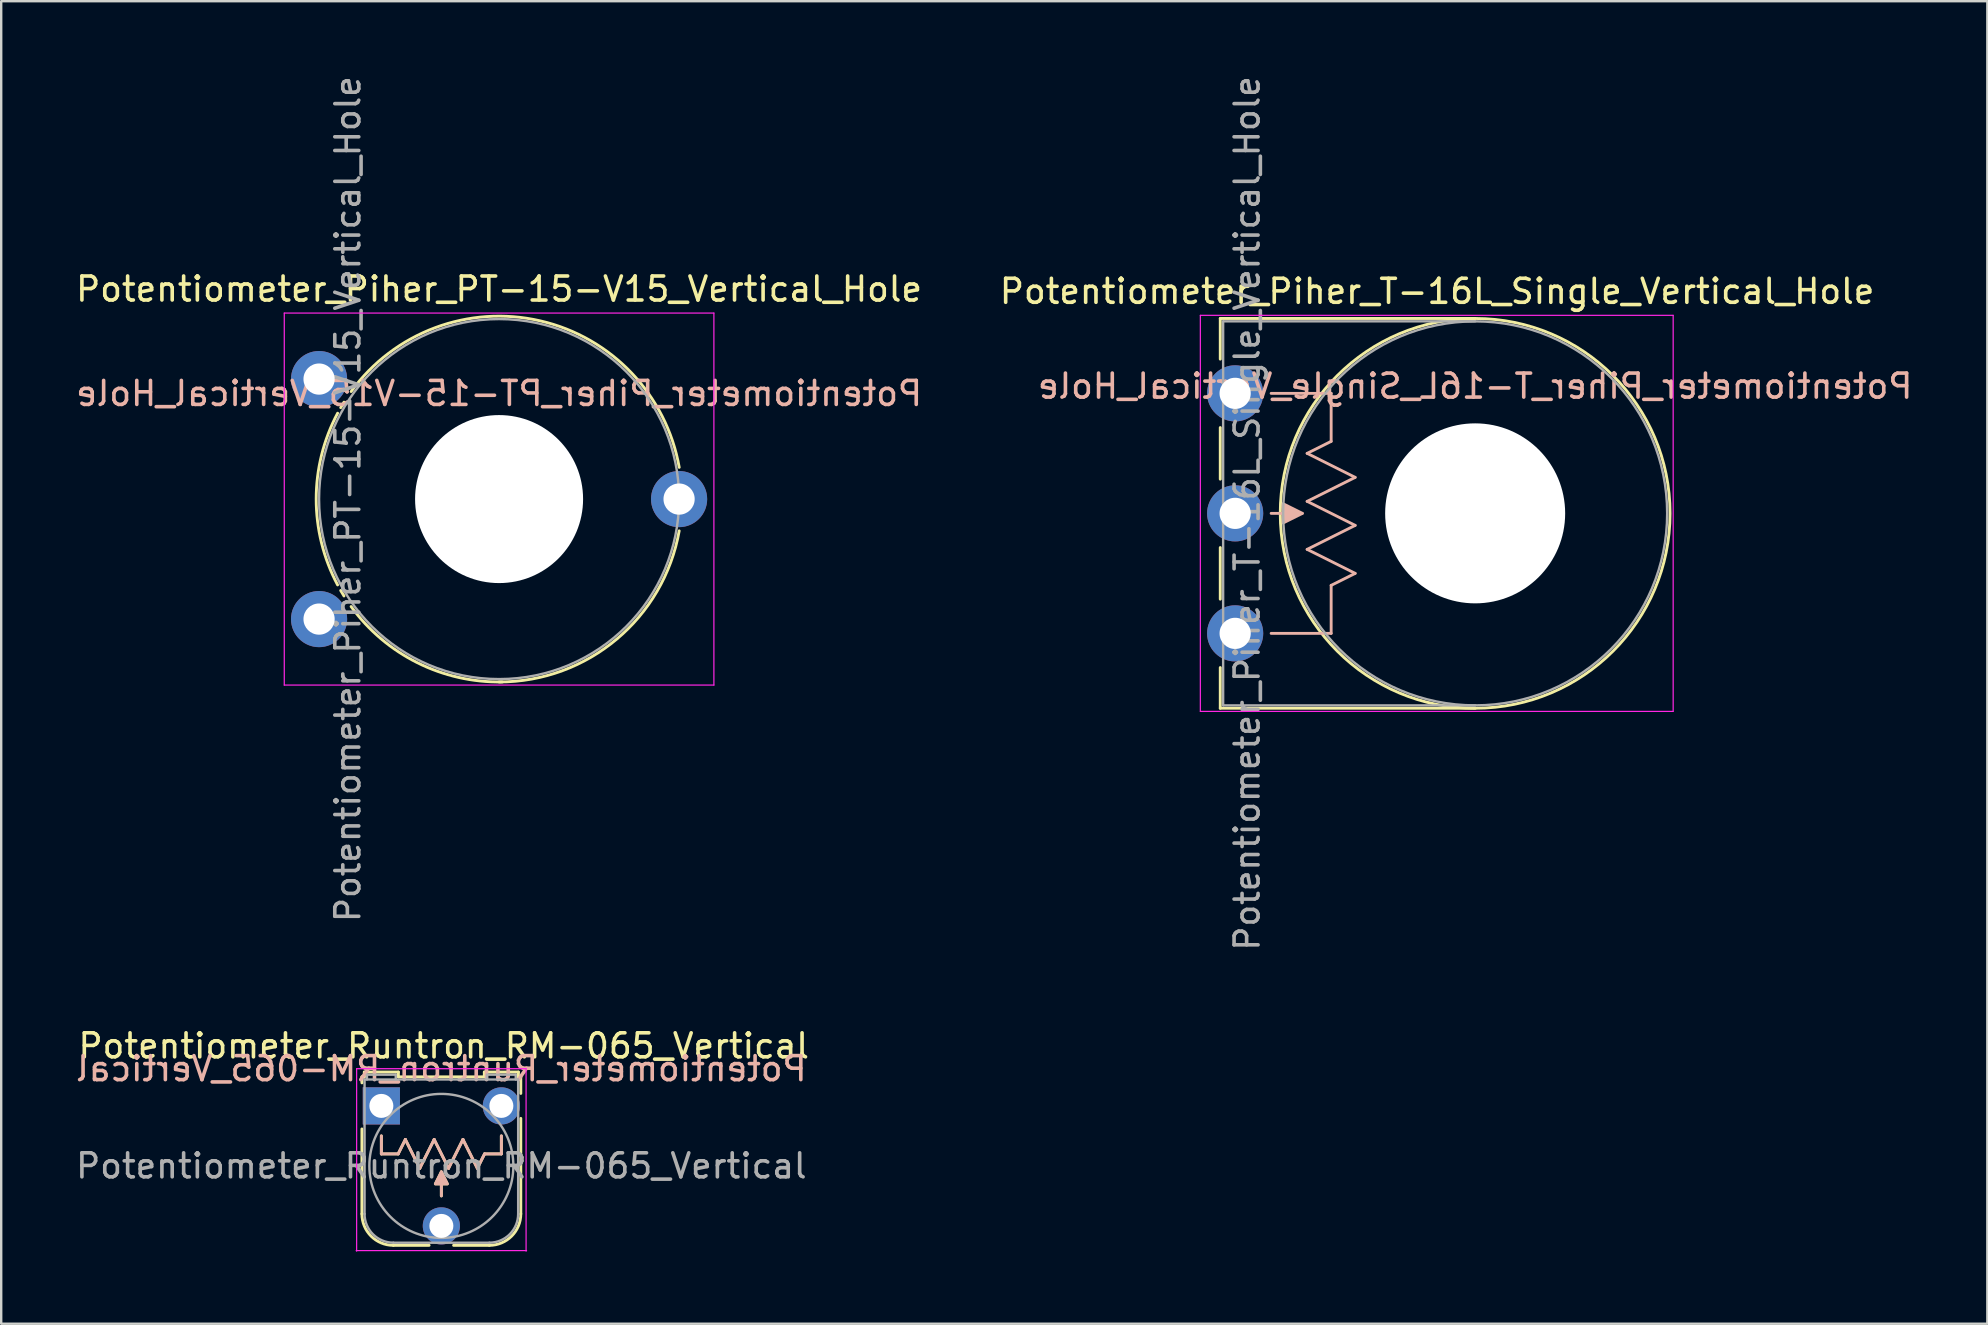
<source format=kicad_pcb>
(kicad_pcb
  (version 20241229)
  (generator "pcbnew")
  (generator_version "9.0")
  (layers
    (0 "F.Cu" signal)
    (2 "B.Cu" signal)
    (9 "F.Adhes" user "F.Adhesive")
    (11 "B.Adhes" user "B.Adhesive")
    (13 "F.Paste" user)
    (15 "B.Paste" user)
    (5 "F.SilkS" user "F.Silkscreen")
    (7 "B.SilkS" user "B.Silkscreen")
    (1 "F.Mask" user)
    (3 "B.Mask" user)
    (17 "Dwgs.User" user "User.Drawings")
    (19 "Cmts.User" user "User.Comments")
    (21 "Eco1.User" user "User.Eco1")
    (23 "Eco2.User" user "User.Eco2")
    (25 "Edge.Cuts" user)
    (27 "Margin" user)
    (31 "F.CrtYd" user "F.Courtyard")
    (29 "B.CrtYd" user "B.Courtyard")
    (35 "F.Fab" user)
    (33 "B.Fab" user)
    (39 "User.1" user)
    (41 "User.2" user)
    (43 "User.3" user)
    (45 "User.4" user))
  (footprint "Potentiometer_Piher_T-16L_Single_Vertical_Hole"
    (layer "F.Cu")
    (at 48.412 23.339)
    (property "Reference" "Potentiometer_Piher_T-16L_Single_Vertical_Hole" (at 8.415 -14.25 0) (layer "F.SilkS") (effects (font (size 1 1) (thickness 0.15))))
    (attr through_hole)
    (fp_line (start -0.62 -13.12) (end -0.62 -11.426) (stroke (width 0.12) (type solid)) (layer "F.SilkS"))
    (fp_line (start -0.62 -13.12) (end 10 -13.12) (stroke (width 0.12) (type solid)) (layer "F.SilkS"))
    (fp_line (start -0.62 -8.574) (end -0.62 -6.425) (stroke (width 0.12) (type solid)) (layer "F.SilkS"))
    (fp_line (start -0.62 -3.575) (end -0.62 -1.425) (stroke (width 0.12) (type solid)) (layer "F.SilkS"))
    (fp_line (start -0.62 1.425) (end -0.62 3.12) (stroke (width 0.12) (type solid)) (layer "F.SilkS"))
    (fp_line (start -0.62 3.12) (end 10 3.12) (stroke (width 0.12) (type solid)) (layer "F.SilkS"))
    (fp_circle (center 10 -5) (end 18.12 -5) (stroke (width 0.12) (type solid)) (fill no) (layer "F.SilkS"))
    (fp_line (start 1.5 -5) (end 2.8 -5) (stroke (width 0.12) (type solid)) (layer "B.SilkS"))
    (fp_line (start 1.5 0) (end 4 0) (stroke (width 0.12) (type solid)) (layer "B.SilkS"))
    (fp_line (start 3 -7.5) (end 4 -8) (stroke (width 0.12) (type solid)) (layer "B.SilkS"))
    (fp_line (start 3 -5.5) (end 5 -6.5) (stroke (width 0.12) (type solid)) (layer "B.SilkS"))
    (fp_line (start 3 -3.5) (end 5 -4.5) (stroke (width 0.12) (type solid)) (layer "B.SilkS"))
    (fp_line (start 4 -10) (end 1.5 -10) (stroke (width 0.12) (type solid)) (layer "B.SilkS"))
    (fp_line (start 4 -8) (end 4 -10) (stroke (width 0.12) (type solid)) (layer "B.SilkS"))
    (fp_line (start 4 -2) (end 5 -2.5) (stroke (width 0.12) (type solid)) (layer "B.SilkS"))
    (fp_line (start 4 0) (end 4 -2) (stroke (width 0.12) (type solid)) (layer "B.SilkS"))
    (fp_line (start 5 -6.5) (end 3 -7.5) (stroke (width 0.12) (type solid)) (layer "B.SilkS"))
    (fp_line (start 5 -4.5) (end 3 -5.5) (stroke (width 0.12) (type solid)) (layer "B.SilkS"))
    (fp_line (start 5 -2.5) (end 3 -3.5) (stroke (width 0.12) (type solid)) (layer "B.SilkS"))
    (fp_poly (pts (xy 2 -5.4) (xy 2.8 -5) (xy 2 -4.6)) (stroke (width 0.12) (type solid)) (fill yes) (layer "B.SilkS"))
    (fp_line (start -1.45 -13.25) (end -1.45 3.25) (stroke (width 0.05) (type solid)) (layer "F.CrtYd"))
    (fp_line (start -1.45 3.25) (end 18.25 3.25) (stroke (width 0.05) (type solid)) (layer "F.CrtYd"))
    (fp_line (start 18.25 -13.25) (end -1.45 -13.25) (stroke (width 0.05) (type solid)) (layer "F.CrtYd"))
    (fp_line (start 18.25 3.25) (end 18.25 -13.25) (stroke (width 0.05) (type solid)) (layer "F.CrtYd"))
    (fp_line (start -0.5 -13) (end -0.5 3) (stroke (width 0.1) (type solid)) (layer "F.Fab"))
    (fp_line (start -0.5 3) (end 10 3) (stroke (width 0.1) (type solid)) (layer "F.Fab"))
    (fp_line (start 10 -13) (end -0.5 -13) (stroke (width 0.1) (type solid)) (layer "F.Fab"))
    (fp_circle (center 10 -5) (end 18 -5) (stroke (width 0.1) (type solid)) (fill no) (layer "F.Fab"))
    (fp_text user "${REFERENCE}" (at 10 -10.3 0) (unlocked yes) (layer "B.SilkS") (effects (font (size 1 1) (thickness 0.15)) (justify mirror)))
    (fp_text user "${REFERENCE}" (at 0.5 -5 90) (layer "F.Fab") (effects (font (size 1 1) (thickness 0.15))))
    (pad "" np_thru_hole circle (at 10 -5) (size 7.5 7.5) (drill 7.5) (layers "*.Cu" "*.Mask"))
    (pad "1" thru_hole circle (at 0 0) (size 2.34 2.34) (drill 1.3) (layers "*.Cu" "*.Mask"))
    (pad "2" thru_hole circle (at 0 -5) (size 2.34 2.34) (drill 1.3) (layers "*.Cu" "*.Mask"))
    (pad "3" thru_hole circle (at 0 -10) (size 2.34 2.34) (drill 1.3) (layers "*.Cu" "*.Mask")))
  (footprint "Potentiometer_Piher_PT-15-V15_Vertical_Hole"
    (layer "F.Cu")
    (at 10.244 22.744)
    (property "Reference" "Potentiometer_Piher_PT-15-V15_Vertical_Hole" (at 7.5 -13.75 0) (layer "F.SilkS") (effects (font (size 1 1) (thickness 0.15))))
    (attr through_hole)
    (fp_arc (start 0.772013 -1.423856) (mid -0.119358 -5.001051) (end 0.773 -8.578) (stroke (width 0.12) (type solid)) (layer "F.SilkS"))
    (fp_arc (start 0.902012 -8.810055) (mid 0.969511 -8.924625) (end 1.039 -9.038) (stroke (width 0.12) (type solid)) (layer "F.SilkS"))
    (fp_arc (start 1.037952 -0.963019) (mid 0.968481 -1.076412) (end 0.901 -1.191) (stroke (width 0.12) (type solid)) (layer "F.SilkS"))
    (fp_arc (start 1.335622 -9.480307) (mid 9.21553 -12.424935) (end 15.005 -6.322) (stroke (width 0.12) (type solid)) (layer "F.SilkS"))
    (fp_arc (start 7.632064 2.618548) (mid 4.099288 1.818715) (end 1.335 -0.522) (stroke (width 0.12) (type solid)) (layer "F.SilkS"))
    (fp_arc (start 15.004235 -3.676801) (mid 12.398042 0.837259) (end 7.5 2.62) (stroke (width 0.12) (type solid)) (layer "F.SilkS"))
    (fp_line (start -1.45 -12.75) (end -1.45 2.75) (stroke (width 0.05) (type solid)) (layer "F.CrtYd"))
    (fp_line (start -1.45 2.75) (end 16.45 2.75) (stroke (width 0.05) (type solid)) (layer "F.CrtYd"))
    (fp_line (start 16.45 -12.75) (end -1.45 -12.75) (stroke (width 0.05) (type solid)) (layer "F.CrtYd"))
    (fp_line (start 16.45 2.75) (end 16.45 -12.75) (stroke (width 0.05) (type solid)) (layer "F.CrtYd"))
    (fp_circle (center 7.5 -5) (end 15 -5) (stroke (width 0.1) (type solid)) (fill no) (layer "F.Fab"))
    (fp_text user "${REFERENCE}" (at 7.5 -9.4 0) (unlocked yes) (layer "B.SilkS") (effects (font (size 1 1) (thickness 0.15)) (justify mirror)))
    (fp_text user "${REFERENCE}" (at 1.2 -5 90) (layer "F.Fab") (effects (font (size 1 1) (thickness 0.15))))
    (pad "" np_thru_hole circle (at 7.5 -5) (size 7 7) (drill 7) (layers "*.Cu" "*.Mask"))
    (pad "1" thru_hole circle (at 0 0) (size 2.34 2.34) (drill 1.3) (layers "*.Cu" "*.Mask"))
    (pad "2" thru_hole circle (at 15 -5) (size 2.34 2.34) (drill 1.3) (layers "*.Cu" "*.Mask"))
    (pad "3" thru_hole circle (at 0 -10) (size 2.34 2.34) (drill 1.3) (layers "*.Cu" "*.Mask")))
  (footprint "Potentiometer_Runtron_RM-065_Vertical"
    (layer "F.Cu")
    (at 12.839 43.027)
    (property "Reference" "Potentiometer_Runtron_RM-065_Vertical" (at 2.6 -2.5 0) (layer "F.SilkS") (effects (font (size 1 1) (thickness 0.15))))
    (attr through_hole)
    (fp_line (start -0.81 -1.21) (end -0.81 -0.96) (stroke (width 0.12) (type solid)) (layer "F.SilkS"))
    (fp_line (start -0.81 4.5) (end -0.81 0.96) (stroke (width 0.12) (type solid)) (layer "F.SilkS"))
    (fp_line (start -0.71 -1.41) (end -0.71 -1.21) (stroke (width 0.12) (type solid)) (layer "F.SilkS"))
    (fp_line (start -0.71 -1.41) (end 0.71 -1.41) (stroke (width 0.12) (type solid)) (layer "F.SilkS"))
    (fp_line (start -0.71 -1.21) (end -0.81 -1.21) (stroke (width 0.12) (type solid)) (layer "F.SilkS"))
    (fp_line (start 0 2) (end 0 1.25) (stroke (width 0.12) (type solid)) (layer "F.SilkS"))
    (fp_line (start 0.7 2) (end 0 2) (stroke (width 0.12) (type solid)) (layer "F.SilkS"))
    (fp_line (start 0.7 2) (end 1 1.4) (stroke (width 0.12) (type solid)) (layer "F.SilkS"))
    (fp_line (start 0.71 -1.21) (end 0.71 -1.41) (stroke (width 0.12) (type solid)) (layer "F.SilkS"))
    (fp_line (start 0.71 -1.21) (end 4.29 -1.21) (stroke (width 0.12) (type solid)) (layer "F.SilkS"))
    (fp_line (start 1 1.4) (end 1.6 2.6) (stroke (width 0.12) (type solid)) (layer "F.SilkS"))
    (fp_line (start 1.6 2.6) (end 2.2 1.4) (stroke (width 0.12) (type solid)) (layer "F.SilkS"))
    (fp_line (start 1.99 5.81) (end 0.5 5.81) (stroke (width 0.12) (type solid)) (layer "F.SilkS"))
    (fp_line (start 2.2 1.4) (end 2.8 2.6) (stroke (width 0.12) (type solid)) (layer "F.SilkS"))
    (fp_line (start 2.5 2.75) (end 2.5 3.75) (stroke (width 0.12) (type solid)) (layer "F.SilkS"))
    (fp_line (start 2.8 2.6) (end 3.4 1.4) (stroke (width 0.12) (type solid)) (layer "F.SilkS"))
    (fp_line (start 3.4 1.4) (end 4 2.6) (stroke (width 0.12) (type solid)) (layer "F.SilkS"))
    (fp_line (start 4 2.6) (end 4.3 2) (stroke (width 0.12) (type solid)) (layer "F.SilkS"))
    (fp_line (start 4.29 -1.41) (end 5.71 -1.41) (stroke (width 0.12) (type solid)) (layer "F.SilkS"))
    (fp_line (start 4.29 -1.21) (end 4.29 -1.41) (stroke (width 0.12) (type solid)) (layer "F.SilkS"))
    (fp_line (start 4.3 2) (end 5 2) (stroke (width 0.12) (type solid)) (layer "F.SilkS"))
    (fp_line (start 4.5 5.81) (end 3.01 5.81) (stroke (width 0.12) (type solid)) (layer "F.SilkS"))
    (fp_line (start 5 2) (end 5 1.25) (stroke (width 0.12) (type solid)) (layer "F.SilkS"))
    (fp_line (start 5.71 -1.41) (end 5.71 -1.21) (stroke (width 0.12) (type solid)) (layer "F.SilkS"))
    (fp_line (start 5.71 -1.21) (end 5.81 -1.21) (stroke (width 0.12) (type solid)) (layer "F.SilkS"))
    (fp_line (start 5.81 -1.21) (end 5.81 -0.52) (stroke (width 0.12) (type solid)) (layer "F.SilkS"))
    (fp_line (start 5.81 0.52) (end 5.81 4.5) (stroke (width 0.12) (type solid)) (layer "F.SilkS"))
    (fp_arc (start 0.5 5.81) (mid -0.42631 5.42631) (end -0.81 4.5) (stroke (width 0.12) (type solid)) (layer "F.SilkS"))
    (fp_arc (start 5.81 4.5) (mid 5.42631 5.42631) (end 4.5 5.81) (stroke (width 0.12) (type solid)) (layer "F.SilkS"))
    (fp_poly (pts (xy 2.75 3.25) (xy 2.25 3.25) (xy 2.5 2.75)) (stroke (width 0.12) (type solid)) (fill yes) (layer "F.SilkS"))
    (fp_line (start 0 1.25) (end 0 2) (stroke (width 0.12) (type solid)) (layer "B.SilkS"))
    (fp_line (start 0 2) (end 0.7 2) (stroke (width 0.12) (type solid)) (layer "B.SilkS"))
    (fp_line (start 0.7 2) (end 1 1.4) (stroke (width 0.12) (type solid)) (layer "B.SilkS"))
    (fp_line (start 1 1.4) (end 1.6 2.6) (stroke (width 0.12) (type solid)) (layer "B.SilkS"))
    (fp_line (start 1.6 2.6) (end 2.2 1.4) (stroke (width 0.12) (type solid)) (layer "B.SilkS"))
    (fp_line (start 2.2 1.4) (end 2.8 2.6) (stroke (width 0.12) (type solid)) (layer "B.SilkS"))
    (fp_line (start 2.5 3.75) (end 2.5 2.75) (stroke (width 0.12) (type solid)) (layer "B.SilkS"))
    (fp_line (start 2.8 2.6) (end 3.4 1.4) (stroke (width 0.12) (type solid)) (layer "B.SilkS"))
    (fp_line (start 3.4 1.4) (end 4 2.6) (stroke (width 0.12) (type solid)) (layer "B.SilkS"))
    (fp_line (start 4 2.6) (end 4.3 2) (stroke (width 0.12) (type solid)) (layer "B.SilkS"))
    (fp_line (start 4.3 2) (end 5 2) (stroke (width 0.12) (type solid)) (layer "B.SilkS"))
    (fp_line (start 5 2) (end 5 1.25) (stroke (width 0.12) (type solid)) (layer "B.SilkS"))
    (fp_poly (pts (xy 2.75 3.25) (xy 2.25 3.25) (xy 2.5 2.75)) (stroke (width 0.12) (type solid)) (fill yes) (layer "B.SilkS"))
    (fp_line (start -1.03 -1.55) (end -1.03 6.05) (stroke (width 0.05) (type solid)) (layer "F.CrtYd"))
    (fp_line (start -1.03 -1.55) (end 6.03 -1.55) (stroke (width 0.05) (type solid)) (layer "F.CrtYd"))
    (fp_line (start 6.03 6.05) (end 6.03 -1.55) (stroke (width 0.05) (type solid)) (layer "F.CrtYd"))
    (fp_line (start 6.05 6.03) (end -1.05 6.03) (stroke (width 0.05) (type solid)) (layer "F.CrtYd"))
    (fp_line (start -0.7 4.5) (end -0.7 -1.1) (stroke (width 0.1) (type solid)) (layer "F.Fab"))
    (fp_line (start -0.6 -1.3) (end 0.6 -1.3) (stroke (width 0.1) (type solid)) (layer "F.Fab"))
    (fp_line (start -0.6 -1.1) (end -0.6 -1.3) (stroke (width 0.1) (type solid)) (layer "F.Fab"))
    (fp_line (start 0.5 5.7) (end 4.5 5.7) (stroke (width 0.1) (type solid)) (layer "F.Fab"))
    (fp_line (start 0.6 -1.3) (end 0.6 -1.1) (stroke (width 0.1) (type solid)) (layer "F.Fab"))
    (fp_line (start 4.4 -1.3) (end 4.4 -1.1) (stroke (width 0.1) (type solid)) (layer "F.Fab"))
    (fp_line (start 5.6 -1.3) (end 4.41 -1.3) (stroke (width 0.1) (type solid)) (layer "F.Fab"))
    (fp_line (start 5.6 -1.1) (end 5.6 -1.3) (stroke (width 0.1) (type solid)) (layer "F.Fab"))
    (fp_line (start 5.7 -1.1) (end -0.7 -1.1) (stroke (width 0.1) (type solid)) (layer "F.Fab"))
    (fp_line (start 5.7 4.5) (end 5.7 -1.1) (stroke (width 0.1) (type solid)) (layer "F.Fab"))
    (fp_arc (start 0.5 5.7) (mid -0.348528 5.348528) (end -0.7 4.5) (stroke (width 0.1) (type solid)) (layer "F.Fab"))
    (fp_arc (start 5.7 4.5) (mid 5.348528 5.348528) (end 4.5 5.7) (stroke (width 0.1) (type solid)) (layer "F.Fab"))
    (fp_circle (center 2.5 2.5) (end 5.5 2.5) (stroke (width 0.1) (type solid)) (fill no) (layer "F.Fab"))
    (fp_text user "${REFERENCE}" (at 2.5 -1.55 0) (unlocked yes) (layer "B.SilkS") (effects (font (size 1 1) (thickness 0.15)) (justify mirror)))
    (fp_text user "${REFERENCE}" (at 2.5 2.5 0) (layer "F.Fab") (effects (font (size 1 1) (thickness 0.15))))
    (pad "1" thru_hole rect (at 0 0) (size 1.55 1.55) (drill 1) (layers "*.Cu" "*.Mask"))
    (pad "2" thru_hole circle (at 2.5 5) (size 1.55 1.55) (drill 1) (layers "*.Cu" "*.Mask"))
    (pad "3" thru_hole circle (at 5 0) (size 1.55 1.55) (drill 1) (layers "*.Cu" "*.Mask")))
  (gr_rect
    (start -3 -3)
    (end 79.752 52.102)
    (stroke (width 0.1) (type default))
    (fill no)
    (layer "Edge.Cuts")))
</source>
